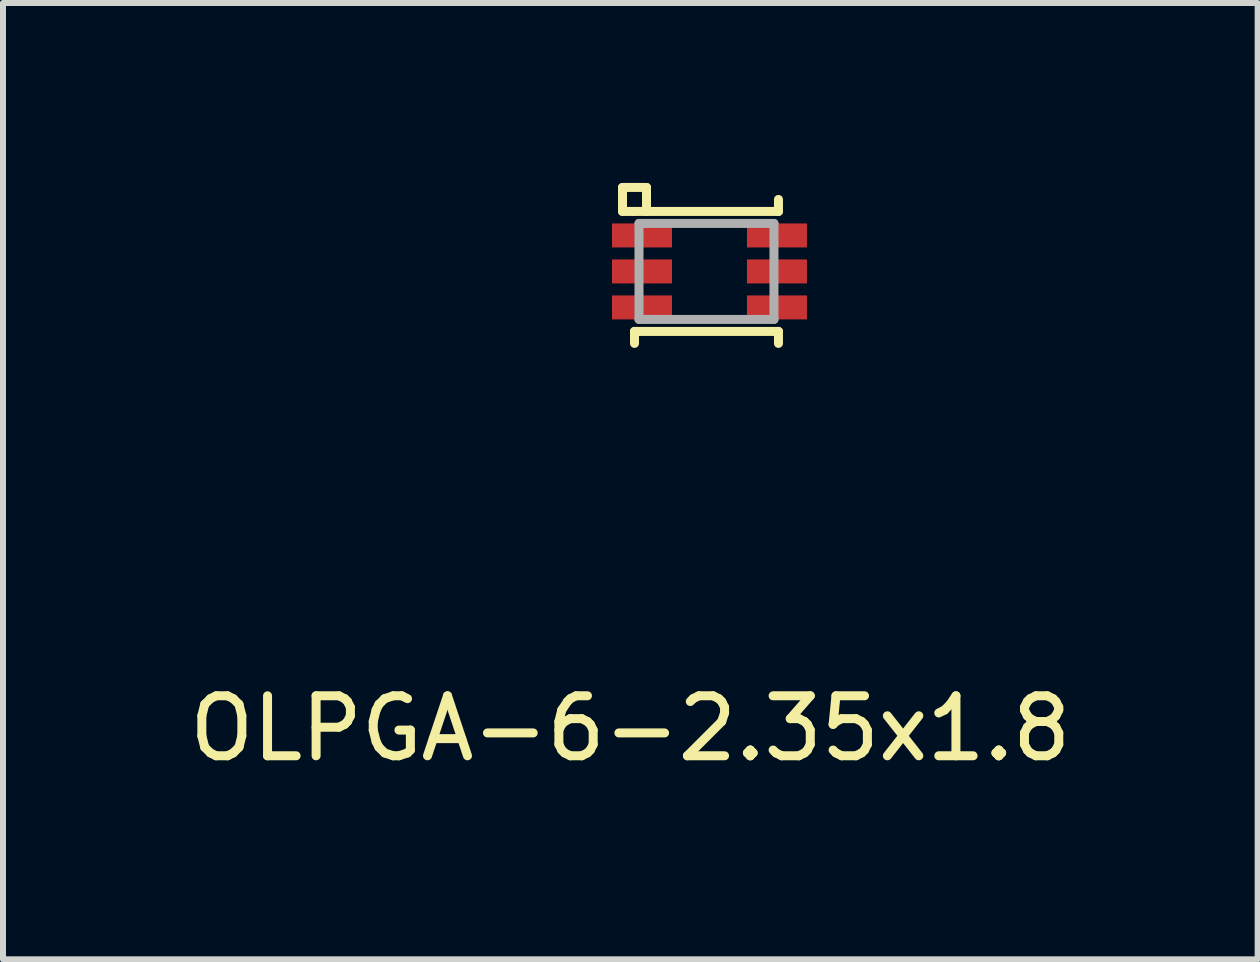
<source format=kicad_pcb>
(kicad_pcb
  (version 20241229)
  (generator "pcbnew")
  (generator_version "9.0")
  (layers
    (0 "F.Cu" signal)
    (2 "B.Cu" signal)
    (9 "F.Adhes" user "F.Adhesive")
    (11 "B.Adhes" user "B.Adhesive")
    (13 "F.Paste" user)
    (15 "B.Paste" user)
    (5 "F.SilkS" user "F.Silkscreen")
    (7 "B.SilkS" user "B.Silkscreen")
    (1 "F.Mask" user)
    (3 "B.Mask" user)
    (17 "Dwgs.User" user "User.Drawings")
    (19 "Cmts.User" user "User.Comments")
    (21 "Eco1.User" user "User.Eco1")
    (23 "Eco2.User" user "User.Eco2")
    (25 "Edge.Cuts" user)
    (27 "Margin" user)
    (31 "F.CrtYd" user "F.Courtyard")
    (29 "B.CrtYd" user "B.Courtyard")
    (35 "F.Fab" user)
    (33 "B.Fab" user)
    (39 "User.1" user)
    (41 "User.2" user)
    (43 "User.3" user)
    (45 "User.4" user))
  (footprint "OLPGA-6-2.35x1.8"
    (layer "F.Cu")
    (at 8.728 1.475)
    (property "Reference" "OLPGA-6-2.35x1.8" (at -1.27 7.62 0) (layer "F.SilkS") (effects (font (size 1 1) (thickness 0.15))))
    (attr through_hole)
    (fp_line (start -1.4 -1.4) (end -1 -1.4) (stroke (width 0.15) (type solid)) (layer "F.SilkS"))
    (fp_line (start -1.4 -1) (end -1.4 -1.4) (stroke (width 0.15) (type solid)) (layer "F.SilkS"))
    (fp_line (start -1.2 -1) (end -1.4 -1) (stroke (width 0.15) (type solid)) (layer "F.SilkS"))
    (fp_line (start -1.2 -1) (end 1.2 -1) (stroke (width 0.15) (type solid)) (layer "F.SilkS"))
    (fp_line (start -1.2 1) (end -1.2 1.2) (stroke (width 0.15) (type solid)) (layer "F.SilkS"))
    (fp_line (start -1 -1.4) (end -1 -1) (stroke (width 0.15) (type solid)) (layer "F.SilkS"))
    (fp_line (start 1.2 -1) (end 1.2 -1.2) (stroke (width 0.15) (type solid)) (layer "F.SilkS"))
    (fp_line (start 1.2 1) (end -1.2 1) (stroke (width 0.15) (type solid)) (layer "F.SilkS"))
    (fp_line (start 1.2 1) (end 1.2 1.2) (stroke (width 0.15) (type solid)) (layer "F.SilkS"))
    (fp_line (start -1.125 -0.8) (end -1.125 0.8) (stroke (width 0.15) (type solid)) (layer "F.Fab"))
    (fp_line (start -1.125 -0.8) (end 1.125 -0.8) (stroke (width 0.15) (type solid)) (layer "F.Fab"))
    (fp_line (start -1.125 0.8) (end 1.125 0.8) (stroke (width 0.15) (type solid)) (layer "F.Fab"))
    (fp_line (start 1.125 0.8) (end 1.125 -0.8) (stroke (width 0.15) (type solid)) (layer "F.Fab"))
    (pad "1" smd rect (at -1.075 -0.6) (size 1 0.4) (layers "F.Cu" "F.Mask" "F.Paste"))
    (pad "2" smd rect (at -1.075 0) (size 1 0.4) (layers "F.Cu" "F.Mask" "F.Paste"))
    (pad "3" smd rect (at -1.075 0.6) (size 1 0.4) (layers "F.Cu" "F.Mask" "F.Paste"))
    (pad "4" smd rect (at 1.175 0.6) (size 1 0.4) (layers "F.Cu" "F.Mask" "F.Paste"))
    (pad "5" smd rect (at 1.175 0) (size 1 0.4) (layers "F.Cu" "F.Mask" "F.Paste"))
    (pad "6" smd rect (at 1.175 -0.6) (size 1 0.4) (layers "F.Cu" "F.Mask" "F.Paste")))
  (gr_rect
    (start -3 -3)
    (end 17.917 12.943)
    (stroke (width 0.1) (type default))
    (fill no)
    (layer "Edge.Cuts")))
</source>
